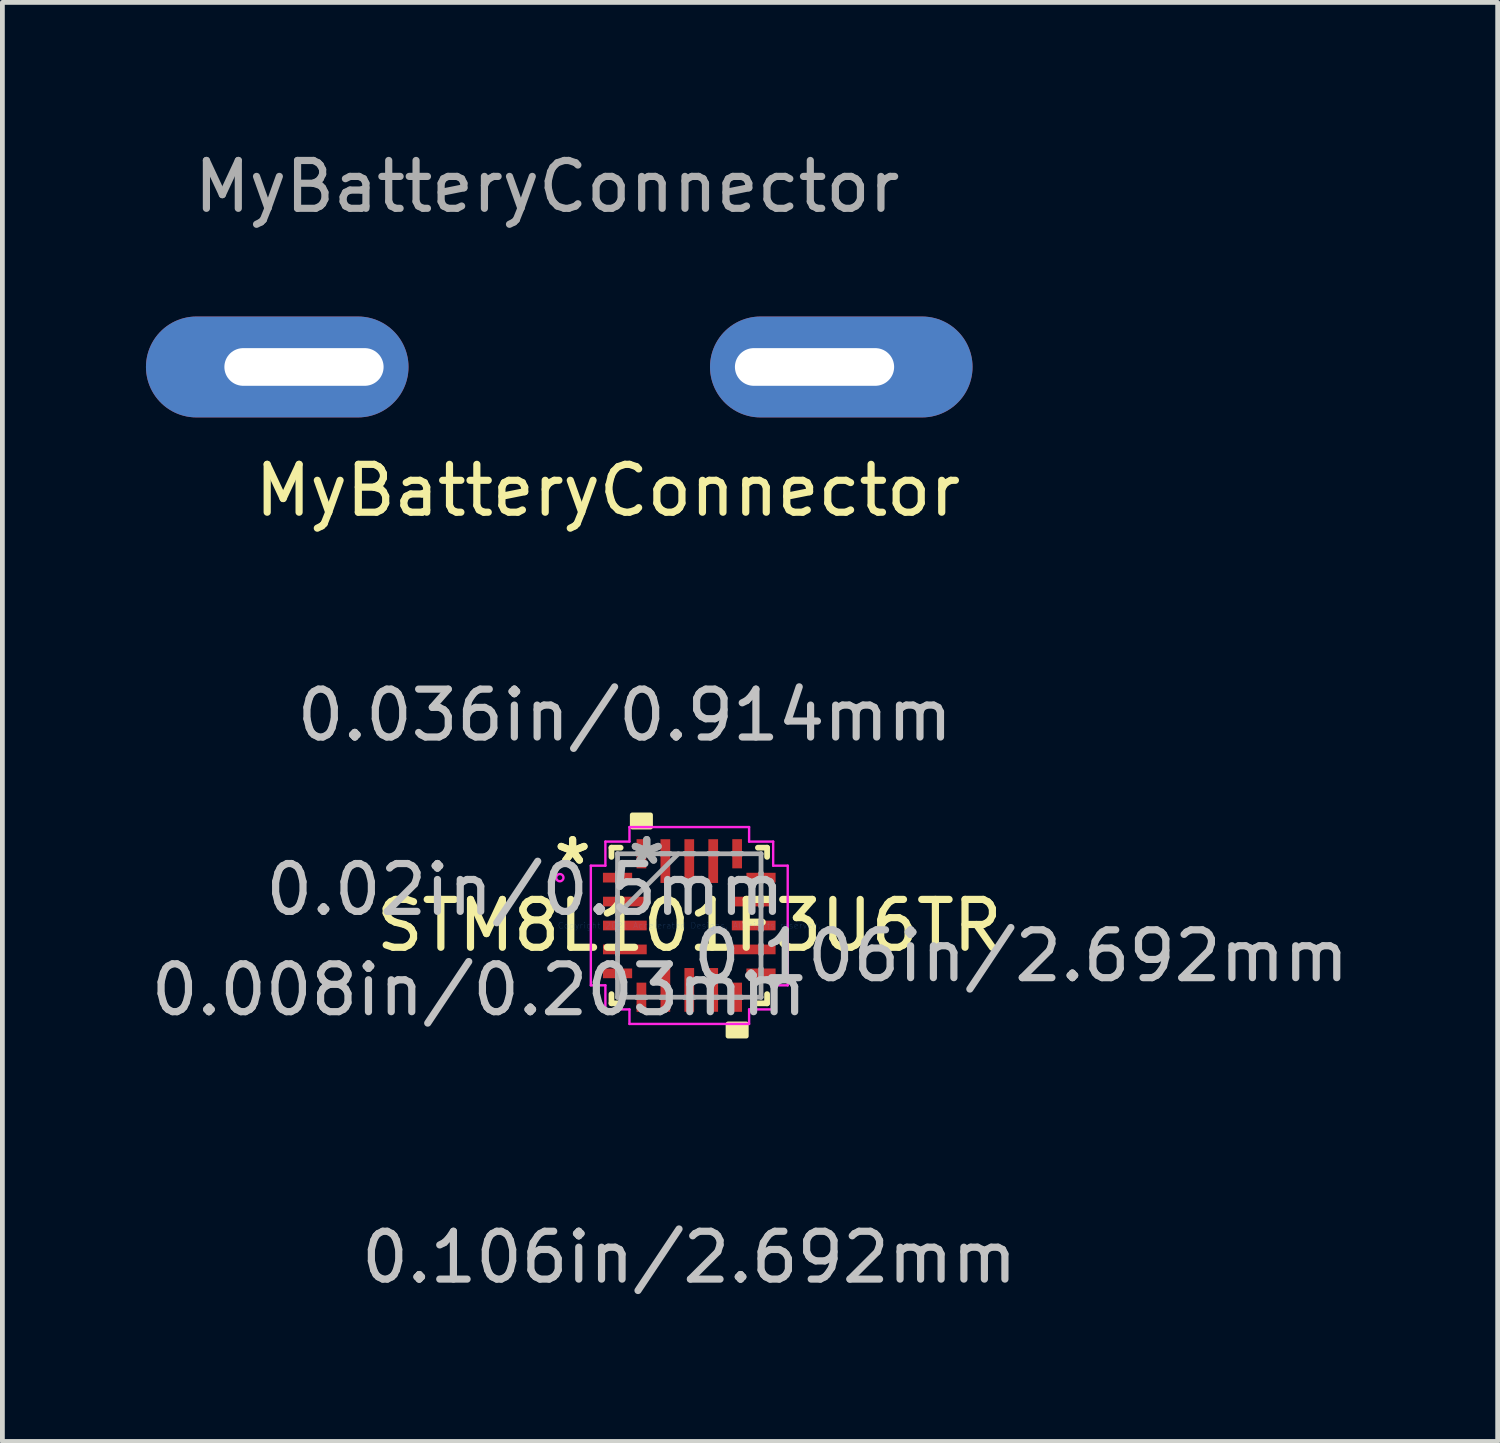
<source format=kicad_pcb>
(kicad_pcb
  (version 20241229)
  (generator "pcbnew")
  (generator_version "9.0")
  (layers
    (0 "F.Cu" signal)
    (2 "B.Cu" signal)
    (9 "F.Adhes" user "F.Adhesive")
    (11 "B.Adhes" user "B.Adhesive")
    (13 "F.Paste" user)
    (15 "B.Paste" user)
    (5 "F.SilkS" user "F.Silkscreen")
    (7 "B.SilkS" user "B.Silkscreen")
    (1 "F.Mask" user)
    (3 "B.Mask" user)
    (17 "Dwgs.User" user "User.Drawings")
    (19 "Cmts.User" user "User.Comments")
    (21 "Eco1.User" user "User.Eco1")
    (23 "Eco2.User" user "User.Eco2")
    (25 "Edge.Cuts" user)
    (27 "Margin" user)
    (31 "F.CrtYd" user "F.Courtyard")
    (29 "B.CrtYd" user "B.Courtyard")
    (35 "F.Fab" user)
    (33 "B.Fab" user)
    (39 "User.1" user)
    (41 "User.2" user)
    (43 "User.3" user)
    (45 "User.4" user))
  (footprint "MyBatteryConnector"
    (layer "F.Cu")
    (at 3.302 4.618)
    (property "Reference" "MyBatteryConnector" (at 6.35 2.58 0) (layer "F.SilkS") (effects (font (size 1 1) (thickness 0.15))))
    (attr exclude_from_pos_files exclude_from_bom)
    (fp_text user "${REFERENCE}" (at 5.08 -3.77 0) (layer "F.Fab") (effects (font (size 1 1) (thickness 0.15))))
    (pad "+" thru_hole oval (at 0 0) (size 5.486 2.108) (drill oval 3.327 0.787 (offset -0.559 0)) (layers "*.Cu" "*.Mask"))
    (pad "-" thru_hole oval (at 10.668 0) (size 5.486 2.108) (drill oval 3.327 0.787 (offset 0.559 0)) (layers "*.Cu" "*.Mask")))
  (footprint "STM8L101F3U6TR"
    (layer "F.Cu")
    (at 11.353 16.289)
    (property "Reference" "STM8L101F3U6TR" (at 0 0 0) (layer "F.SilkS") (effects (font (size 1 1) (thickness 0.15))))
    (attr through_hole)
    (fp_line (start -1.626 -1.626) (end -1.626 -1.434) (stroke (width 0.12) (type solid)) (layer "F.SilkS"))
    (fp_line (start -1.626 1.434) (end -1.626 1.626) (stroke (width 0.12) (type solid)) (layer "F.SilkS"))
    (fp_line (start -1.626 1.626) (end -1.434 1.626) (stroke (width 0.12) (type solid)) (layer "F.SilkS"))
    (fp_line (start -1.434 -1.626) (end -1.626 -1.626) (stroke (width 0.12) (type solid)) (layer "F.SilkS"))
    (fp_line (start 1.434 1.626) (end 1.626 1.626) (stroke (width 0.12) (type solid)) (layer "F.SilkS"))
    (fp_line (start 1.626 -1.626) (end 1.434 -1.626) (stroke (width 0.12) (type solid)) (layer "F.SilkS"))
    (fp_line (start 1.626 -1.434) (end 1.626 -1.626) (stroke (width 0.12) (type solid)) (layer "F.SilkS"))
    (fp_line (start 1.626 1.626) (end 1.626 1.434) (stroke (width 0.12) (type solid)) (layer "F.SilkS"))
    (fp_poly (pts (xy -1.191 -2.057) (xy -1.191 -2.311) (xy -0.81 -2.311) (xy -0.81 -2.057)) (stroke (width 0.1) (type solid)) (fill yes) (layer "F.SilkS"))
    (fp_poly (pts (xy 0.81 2.057) (xy 0.81 2.311) (xy 1.191 2.311) (xy 1.191 2.057)) (stroke (width 0.1) (type solid)) (fill yes) (layer "F.SilkS"))
    (fp_line (start -2.057 -1.25) (end -1.753 -1.25) (stroke (width 0.05) (type solid)) (layer "F.CrtYd"))
    (fp_line (start -2.057 1.25) (end -2.057 -1.25) (stroke (width 0.05) (type solid)) (layer "F.CrtYd"))
    (fp_line (start -1.753 -1.753) (end -1.25 -1.753) (stroke (width 0.05) (type solid)) (layer "F.CrtYd"))
    (fp_line (start -1.753 -1.25) (end -1.753 -1.753) (stroke (width 0.05) (type solid)) (layer "F.CrtYd"))
    (fp_line (start -1.753 1.25) (end -2.057 1.25) (stroke (width 0.05) (type solid)) (layer "F.CrtYd"))
    (fp_line (start -1.753 1.753) (end -1.753 1.25) (stroke (width 0.05) (type solid)) (layer "F.CrtYd"))
    (fp_line (start -1.25 -2.057) (end 1.25 -2.057) (stroke (width 0.05) (type solid)) (layer "F.CrtYd"))
    (fp_line (start -1.25 -1.753) (end -1.25 -2.057) (stroke (width 0.05) (type solid)) (layer "F.CrtYd"))
    (fp_line (start -1.25 1.753) (end -1.753 1.753) (stroke (width 0.05) (type solid)) (layer "F.CrtYd"))
    (fp_line (start -1.25 2.057) (end -1.25 1.753) (stroke (width 0.05) (type solid)) (layer "F.CrtYd"))
    (fp_line (start 1.25 -2.057) (end 1.25 -1.753) (stroke (width 0.05) (type solid)) (layer "F.CrtYd"))
    (fp_line (start 1.25 -1.753) (end 1.753 -1.753) (stroke (width 0.05) (type solid)) (layer "F.CrtYd"))
    (fp_line (start 1.25 1.753) (end 1.25 2.057) (stroke (width 0.05) (type solid)) (layer "F.CrtYd"))
    (fp_line (start 1.25 2.057) (end -1.25 2.057) (stroke (width 0.05) (type solid)) (layer "F.CrtYd"))
    (fp_line (start 1.753 -1.753) (end 1.753 -1.25) (stroke (width 0.05) (type solid)) (layer "F.CrtYd"))
    (fp_line (start 1.753 -1.25) (end 2.057 -1.25) (stroke (width 0.05) (type solid)) (layer "F.CrtYd"))
    (fp_line (start 1.753 1.25) (end 1.753 1.753) (stroke (width 0.05) (type solid)) (layer "F.CrtYd"))
    (fp_line (start 1.753 1.753) (end 1.25 1.753) (stroke (width 0.05) (type solid)) (layer "F.CrtYd"))
    (fp_line (start 2.057 -1.25) (end 2.057 1.25) (stroke (width 0.05) (type solid)) (layer "F.CrtYd"))
    (fp_line (start 2.057 1.25) (end 1.753 1.25) (stroke (width 0.05) (type solid)) (layer "F.CrtYd"))
    (fp_circle (center -2.705 -1) (end -2.629 -1) (stroke (width 0.05) (type solid)) (fill no) (layer "F.CrtYd"))
    (fp_line (start -1.499 -1.499) (end -1.499 -1.499) (stroke (width 0.1) (type solid)) (layer "F.Fab"))
    (fp_line (start -1.499 -1.499) (end -1.499 1.499) (stroke (width 0.1) (type solid)) (layer "F.Fab"))
    (fp_line (start -1.499 -1.102) (end -1.499 -1.102) (stroke (width 0.1) (type solid)) (layer "F.Fab"))
    (fp_line (start -1.499 -1.102) (end -1.499 -0.898) (stroke (width 0.1) (type solid)) (layer "F.Fab"))
    (fp_line (start -1.499 -0.898) (end -1.499 -1.102) (stroke (width 0.1) (type solid)) (layer "F.Fab"))
    (fp_line (start -1.499 -0.898) (end -1.499 -0.898) (stroke (width 0.1) (type solid)) (layer "F.Fab"))
    (fp_line (start -1.499 -0.602) (end -1.499 -0.602) (stroke (width 0.1) (type solid)) (layer "F.Fab"))
    (fp_line (start -1.499 -0.602) (end -1.499 -0.398) (stroke (width 0.1) (type solid)) (layer "F.Fab"))
    (fp_line (start -1.499 -0.398) (end -1.499 -0.602) (stroke (width 0.1) (type solid)) (layer "F.Fab"))
    (fp_line (start -1.499 -0.398) (end -1.499 -0.398) (stroke (width 0.1) (type solid)) (layer "F.Fab"))
    (fp_line (start -1.499 -0.229) (end -0.229 -1.499) (stroke (width 0.1) (type solid)) (layer "F.Fab"))
    (fp_line (start -1.499 -0.102) (end -1.499 -0.102) (stroke (width 0.1) (type solid)) (layer "F.Fab"))
    (fp_line (start -1.499 -0.102) (end -1.499 0.102) (stroke (width 0.1) (type solid)) (layer "F.Fab"))
    (fp_line (start -1.499 0.102) (end -1.499 -0.102) (stroke (width 0.1) (type solid)) (layer "F.Fab"))
    (fp_line (start -1.499 0.102) (end -1.499 0.102) (stroke (width 0.1) (type solid)) (layer "F.Fab"))
    (fp_line (start -1.499 0.398) (end -1.499 0.398) (stroke (width 0.1) (type solid)) (layer "F.Fab"))
    (fp_line (start -1.499 0.398) (end -1.499 0.602) (stroke (width 0.1) (type solid)) (layer "F.Fab"))
    (fp_line (start -1.499 0.602) (end -1.499 0.398) (stroke (width 0.1) (type solid)) (layer "F.Fab"))
    (fp_line (start -1.499 0.602) (end -1.499 0.602) (stroke (width 0.1) (type solid)) (layer "F.Fab"))
    (fp_line (start -1.499 0.898) (end -1.499 0.898) (stroke (width 0.1) (type solid)) (layer "F.Fab"))
    (fp_line (start -1.499 0.898) (end -1.499 1.102) (stroke (width 0.1) (type solid)) (layer "F.Fab"))
    (fp_line (start -1.499 1.102) (end -1.499 0.898) (stroke (width 0.1) (type solid)) (layer "F.Fab"))
    (fp_line (start -1.499 1.102) (end -1.499 1.102) (stroke (width 0.1) (type solid)) (layer "F.Fab"))
    (fp_line (start -1.499 1.499) (end -1.499 1.499) (stroke (width 0.1) (type solid)) (layer "F.Fab"))
    (fp_line (start -1.499 1.499) (end 1.499 1.499) (stroke (width 0.1) (type solid)) (layer "F.Fab"))
    (fp_line (start -1.102 -1.499) (end -1.102 -1.499) (stroke (width 0.1) (type solid)) (layer "F.Fab"))
    (fp_line (start -1.102 -1.499) (end -0.898 -1.499) (stroke (width 0.1) (type solid)) (layer "F.Fab"))
    (fp_line (start -1.102 1.499) (end -1.102 1.499) (stroke (width 0.1) (type solid)) (layer "F.Fab"))
    (fp_line (start -1.102 1.499) (end -0.898 1.499) (stroke (width 0.1) (type solid)) (layer "F.Fab"))
    (fp_line (start -0.898 -1.499) (end -1.102 -1.499) (stroke (width 0.1) (type solid)) (layer "F.Fab"))
    (fp_line (start -0.898 -1.499) (end -0.898 -1.499) (stroke (width 0.1) (type solid)) (layer "F.Fab"))
    (fp_line (start -0.898 1.499) (end -1.102 1.499) (stroke (width 0.1) (type solid)) (layer "F.Fab"))
    (fp_line (start -0.898 1.499) (end -0.898 1.499) (stroke (width 0.1) (type solid)) (layer "F.Fab"))
    (fp_line (start -0.602 -1.499) (end -0.602 -1.499) (stroke (width 0.1) (type solid)) (layer "F.Fab"))
    (fp_line (start -0.602 -1.499) (end -0.398 -1.499) (stroke (width 0.1) (type solid)) (layer "F.Fab"))
    (fp_line (start -0.602 1.499) (end -0.602 1.499) (stroke (width 0.1) (type solid)) (layer "F.Fab"))
    (fp_line (start -0.602 1.499) (end -0.398 1.499) (stroke (width 0.1) (type solid)) (layer "F.Fab"))
    (fp_line (start -0.398 -1.499) (end -0.602 -1.499) (stroke (width 0.1) (type solid)) (layer "F.Fab"))
    (fp_line (start -0.398 -1.499) (end -0.398 -1.499) (stroke (width 0.1) (type solid)) (layer "F.Fab"))
    (fp_line (start -0.398 1.499) (end -0.602 1.499) (stroke (width 0.1) (type solid)) (layer "F.Fab"))
    (fp_line (start -0.398 1.499) (end -0.398 1.499) (stroke (width 0.1) (type solid)) (layer "F.Fab"))
    (fp_line (start -0.102 -1.499) (end -0.102 -1.499) (stroke (width 0.1) (type solid)) (layer "F.Fab"))
    (fp_line (start -0.102 -1.499) (end 0.102 -1.499) (stroke (width 0.1) (type solid)) (layer "F.Fab"))
    (fp_line (start -0.102 1.499) (end -0.102 1.499) (stroke (width 0.1) (type solid)) (layer "F.Fab"))
    (fp_line (start -0.102 1.499) (end 0.102 1.499) (stroke (width 0.1) (type solid)) (layer "F.Fab"))
    (fp_line (start 0.102 -1.499) (end -0.102 -1.499) (stroke (width 0.1) (type solid)) (layer "F.Fab"))
    (fp_line (start 0.102 -1.499) (end 0.102 -1.499) (stroke (width 0.1) (type solid)) (layer "F.Fab"))
    (fp_line (start 0.102 1.499) (end -0.102 1.499) (stroke (width 0.1) (type solid)) (layer "F.Fab"))
    (fp_line (start 0.102 1.499) (end 0.102 1.499) (stroke (width 0.1) (type solid)) (layer "F.Fab"))
    (fp_line (start 0.398 -1.499) (end 0.398 -1.499) (stroke (width 0.1) (type solid)) (layer "F.Fab"))
    (fp_line (start 0.398 -1.499) (end 0.602 -1.499) (stroke (width 0.1) (type solid)) (layer "F.Fab"))
    (fp_line (start 0.398 1.499) (end 0.398 1.499) (stroke (width 0.1) (type solid)) (layer "F.Fab"))
    (fp_line (start 0.398 1.499) (end 0.602 1.499) (stroke (width 0.1) (type solid)) (layer "F.Fab"))
    (fp_line (start 0.602 -1.499) (end 0.398 -1.499) (stroke (width 0.1) (type solid)) (layer "F.Fab"))
    (fp_line (start 0.602 -1.499) (end 0.602 -1.499) (stroke (width 0.1) (type solid)) (layer "F.Fab"))
    (fp_line (start 0.602 1.499) (end 0.398 1.499) (stroke (width 0.1) (type solid)) (layer "F.Fab"))
    (fp_line (start 0.602 1.499) (end 0.602 1.499) (stroke (width 0.1) (type solid)) (layer "F.Fab"))
    (fp_line (start 0.898 -1.499) (end 0.898 -1.499) (stroke (width 0.1) (type solid)) (layer "F.Fab"))
    (fp_line (start 0.898 -1.499) (end 1.102 -1.499) (stroke (width 0.1) (type solid)) (layer "F.Fab"))
    (fp_line (start 0.898 1.499) (end 0.898 1.499) (stroke (width 0.1) (type solid)) (layer "F.Fab"))
    (fp_line (start 0.898 1.499) (end 1.102 1.499) (stroke (width 0.1) (type solid)) (layer "F.Fab"))
    (fp_line (start 1.102 -1.499) (end 0.898 -1.499) (stroke (width 0.1) (type solid)) (layer "F.Fab"))
    (fp_line (start 1.102 -1.499) (end 1.102 -1.499) (stroke (width 0.1) (type solid)) (layer "F.Fab"))
    (fp_line (start 1.102 1.499) (end 0.898 1.499) (stroke (width 0.1) (type solid)) (layer "F.Fab"))
    (fp_line (start 1.102 1.499) (end 1.102 1.499) (stroke (width 0.1) (type solid)) (layer "F.Fab"))
    (fp_line (start 1.499 -1.499) (end -1.499 -1.499) (stroke (width 0.1) (type solid)) (layer "F.Fab"))
    (fp_line (start 1.499 -1.499) (end 1.499 -1.499) (stroke (width 0.1) (type solid)) (layer "F.Fab"))
    (fp_line (start 1.499 -1.102) (end 1.499 -1.102) (stroke (width 0.1) (type solid)) (layer "F.Fab"))
    (fp_line (start 1.499 -1.102) (end 1.499 -0.898) (stroke (width 0.1) (type solid)) (layer "F.Fab"))
    (fp_line (start 1.499 -0.898) (end 1.499 -1.102) (stroke (width 0.1) (type solid)) (layer "F.Fab"))
    (fp_line (start 1.499 -0.898) (end 1.499 -0.898) (stroke (width 0.1) (type solid)) (layer "F.Fab"))
    (fp_line (start 1.499 -0.602) (end 1.499 -0.602) (stroke (width 0.1) (type solid)) (layer "F.Fab"))
    (fp_line (start 1.499 -0.602) (end 1.499 -0.398) (stroke (width 0.1) (type solid)) (layer "F.Fab"))
    (fp_line (start 1.499 -0.398) (end 1.499 -0.602) (stroke (width 0.1) (type solid)) (layer "F.Fab"))
    (fp_line (start 1.499 -0.398) (end 1.499 -0.398) (stroke (width 0.1) (type solid)) (layer "F.Fab"))
    (fp_line (start 1.499 -0.102) (end 1.499 -0.102) (stroke (width 0.1) (type solid)) (layer "F.Fab"))
    (fp_line (start 1.499 -0.102) (end 1.499 0.102) (stroke (width 0.1) (type solid)) (layer "F.Fab"))
    (fp_line (start 1.499 0.102) (end 1.499 -0.102) (stroke (width 0.1) (type solid)) (layer "F.Fab"))
    (fp_line (start 1.499 0.102) (end 1.499 0.102) (stroke (width 0.1) (type solid)) (layer "F.Fab"))
    (fp_line (start 1.499 0.398) (end 1.499 0.398) (stroke (width 0.1) (type solid)) (layer "F.Fab"))
    (fp_line (start 1.499 0.398) (end 1.499 0.602) (stroke (width 0.1) (type solid)) (layer "F.Fab"))
    (fp_line (start 1.499 0.602) (end 1.499 0.398) (stroke (width 0.1) (type solid)) (layer "F.Fab"))
    (fp_line (start 1.499 0.602) (end 1.499 0.602) (stroke (width 0.1) (type solid)) (layer "F.Fab"))
    (fp_line (start 1.499 0.898) (end 1.499 0.898) (stroke (width 0.1) (type solid)) (layer "F.Fab"))
    (fp_line (start 1.499 0.898) (end 1.499 1.102) (stroke (width 0.1) (type solid)) (layer "F.Fab"))
    (fp_line (start 1.499 1.102) (end 1.499 0.898) (stroke (width 0.1) (type solid)) (layer "F.Fab"))
    (fp_line (start 1.499 1.102) (end 1.499 1.102) (stroke (width 0.1) (type solid)) (layer "F.Fab"))
    (fp_line (start 1.499 1.499) (end 1.499 -1.499) (stroke (width 0.1) (type solid)) (layer "F.Fab"))
    (fp_line (start 1.499 1.499) (end 1.499 1.499) (stroke (width 0.1) (type solid)) (layer "F.Fab"))
    (fp_text user "*" (at -2.438 -1.25 0) (layer "F.SilkS") (effects (font (size 1 1) (thickness 0.15))))
    (fp_text user "*" (at -2.438 -1.25 0) (layer "F.SilkS") (effects (font (size 1 1) (thickness 0.15))))
    (fp_text user "0.106in/2.692mm" (at 0 6.934 0) (layer "Dwgs.User") (effects (font (size 1 1) (thickness 0.15))))
    (fp_text user "0.036in/0.914mm" (at -1.346 -4.394 0) (layer "Dwgs.User") (effects (font (size 1 1) (thickness 0.15))))
    (fp_text user "0.02in/0.5mm" (at -3.429 -0.75 0) (layer "Dwgs.User") (effects (font (size 1 1) (thickness 0.15))))
    (fp_text user "0.008in/0.203mm" (at -4.394 1.346 0) (layer "Dwgs.User") (effects (font (size 1 1) (thickness 0.15))))
    (fp_text user "0.106in/2.692mm" (at 6.934 0.635 0) (layer "Dwgs.User") (effects (font (size 1 1) (thickness 0.15))))
    (fp_text user "Copyright 2021 Accelerated Designs. All rights reserved." (at 0 0 0) (layer "Cmts.User") (effects (font (size 0.127 0.127) (thickness 0.002))))
    (fp_text user "*" (at -0.889 -1.25 0) (layer "F.Fab") (effects (font (size 1 1) (thickness 0.15))))
    (fp_text user "*" (at -0.889 -1.25 0) (layer "F.Fab") (effects (font (size 1 1) (thickness 0.15))))
    (pad "1" smd rect (at -1.499 -1 90) (size 0.203 0.61) (layers "F.Cu" "F.Mask" "F.Paste"))
    (pad "2" smd rect (at -1.346 -0.5 90) (size 0.203 0.914) (layers "F.Cu" "F.Mask" "F.Paste"))
    (pad "3" smd rect (at -1.346 0 90) (size 0.203 0.914) (layers "F.Cu" "F.Mask" "F.Paste"))
    (pad "4" smd rect (at -1.346 0.5 90) (size 0.203 0.914) (layers "F.Cu" "F.Mask" "F.Paste"))
    (pad "5" smd rect (at -1.499 1 90) (size 0.203 0.61) (layers "F.Cu" "F.Mask" "F.Paste"))
    (pad "6" smd rect (at -1 1.499) (size 0.203 0.61) (layers "F.Cu" "F.Mask" "F.Paste"))
    (pad "7" smd rect (at -0.5 1.346) (size 0.203 0.914) (layers "F.Cu" "F.Mask" "F.Paste"))
    (pad "8" smd rect (at 0 1.346) (size 0.203 0.914) (layers "F.Cu" "F.Mask" "F.Paste"))
    (pad "9" smd rect (at 0.5 1.346) (size 0.203 0.914) (layers "F.Cu" "F.Mask" "F.Paste"))
    (pad "10" smd rect (at 1 1.499) (size 0.203 0.61) (layers "F.Cu" "F.Mask" "F.Paste"))
    (pad "11" smd rect (at 1.499 1 90) (size 0.203 0.61) (layers "F.Cu" "F.Mask" "F.Paste"))
    (pad "12" smd rect (at 1.346 0.5 90) (size 0.203 0.914) (layers "F.Cu" "F.Mask" "F.Paste"))
    (pad "13" smd rect (at 1.346 0 90) (size 0.203 0.914) (layers "F.Cu" "F.Mask" "F.Paste"))
    (pad "14" smd rect (at 1.346 -0.5 90) (size 0.203 0.914) (layers "F.Cu" "F.Mask" "F.Paste"))
    (pad "15" smd rect (at 1.499 -1 90) (size 0.203 0.61) (layers "F.Cu" "F.Mask" "F.Paste"))
    (pad "16" smd rect (at 1 -1.499) (size 0.203 0.61) (layers "F.Cu" "F.Mask" "F.Paste"))
    (pad "17" smd rect (at 0.5 -1.346) (size 0.203 0.914) (layers "F.Cu" "F.Mask" "F.Paste"))
    (pad "18" smd rect (at 0 -1.346) (size 0.203 0.914) (layers "F.Cu" "F.Mask" "F.Paste"))
    (pad "19" smd rect (at -0.5 -1.346) (size 0.203 0.914) (layers "F.Cu" "F.Mask" "F.Paste"))
    (pad "20" smd rect (at -1 -1.499) (size 0.203 0.61) (layers "F.Cu" "F.Mask" "F.Paste")))
  (gr_rect
    (start -3 -3)
    (end 28.245 27.071)
    (stroke (width 0.1) (type default))
    (fill no)
    (layer "Edge.Cuts")))
</source>
